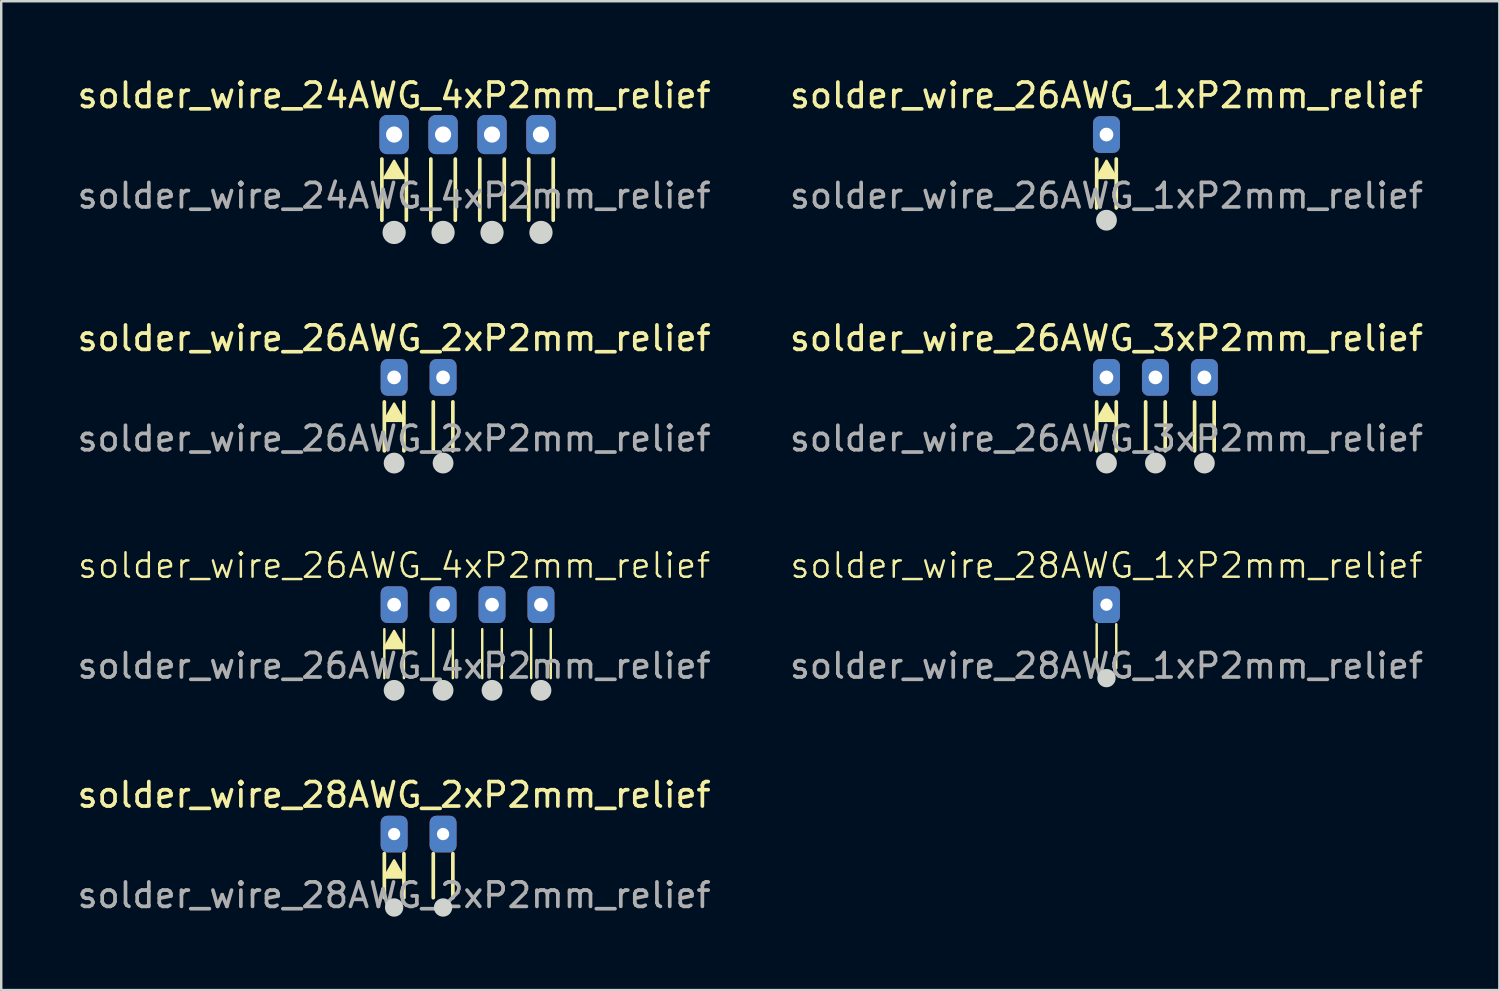
<source format=kicad_pcb>
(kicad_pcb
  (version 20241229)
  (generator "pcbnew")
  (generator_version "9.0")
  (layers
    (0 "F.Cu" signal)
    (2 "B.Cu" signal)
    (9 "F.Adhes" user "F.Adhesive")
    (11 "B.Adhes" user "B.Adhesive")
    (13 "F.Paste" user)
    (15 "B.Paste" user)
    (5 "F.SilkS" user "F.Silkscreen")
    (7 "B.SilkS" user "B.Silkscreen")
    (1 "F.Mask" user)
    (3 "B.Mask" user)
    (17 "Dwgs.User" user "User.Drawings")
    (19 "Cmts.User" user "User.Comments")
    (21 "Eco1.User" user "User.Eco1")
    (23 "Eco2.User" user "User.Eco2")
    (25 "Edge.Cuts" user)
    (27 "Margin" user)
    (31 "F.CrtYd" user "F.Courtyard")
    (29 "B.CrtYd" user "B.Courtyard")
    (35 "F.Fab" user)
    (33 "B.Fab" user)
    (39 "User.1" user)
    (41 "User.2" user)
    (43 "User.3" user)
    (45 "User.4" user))
  (footprint "solder_wire_28AWG_1xP2mm_relief"
    (layer "F.Cu")
    (at 42.161 21.657)
    (property "Reference" "solder_wire_28AWG_1xP2mm_relief" (at 0 -1.6 0) (unlocked yes) (layer "F.SilkS") (effects (font (size 1 1) (thickness 0.1))))
    (attr through_hole)
    (fp_line (start -0.4 0.8) (end -0.4 2.6) (stroke (width 0.1) (type default)) (layer "F.SilkS"))
    (fp_line (start 0.4 0.8) (end 0.4 2.6) (stroke (width 0.1) (type default)) (layer "F.SilkS"))
    (fp_circle (center 0 3) (end 0.35 3) (stroke (width 0.05) (type solid)) (fill yes) (layer "Edge.Cuts"))
    (fp_text user "${REFERENCE}" (at 0 2.5 0) (unlocked yes) (layer "F.Fab") (effects (font (size 1 1) (thickness 0.15))))
    (pad "1" thru_hole roundrect (at 0 0) (size 1.1 1.5) (drill 0.5) (layers "*.Cu" "*.Mask") (roundrect_rratio 0.25)))
  (footprint "solder_wire_26AWG_3xP2mm_relief"
    (layer "F.Cu")
    (at 42.161 12.371)
    (property "Reference" "solder_wire_26AWG_3xP2mm_relief" (at 0 -1.6 0) (unlocked yes) (layer "F.SilkS") (effects (font (size 1 1) (thickness 0.15))))
    (attr through_hole)
    (fp_line (start -0.4 1) (end -0.4 3) (stroke (width 0.15) (type default)) (layer "F.SilkS"))
    (fp_line (start 0.4 1) (end 0.4 3) (stroke (width 0.15) (type default)) (layer "F.SilkS"))
    (fp_line (start 1.6 1) (end 1.6 3) (stroke (width 0.15) (type default)) (layer "F.SilkS"))
    (fp_line (start 2.4 1) (end 2.4 3) (stroke (width 0.15) (type default)) (layer "F.SilkS"))
    (fp_line (start 3.6 1) (end 3.6 3) (stroke (width 0.15) (type default)) (layer "F.SilkS"))
    (fp_line (start 4.4 1) (end 4.4 3) (stroke (width 0.15) (type default)) (layer "F.SilkS"))
    (fp_poly (pts (xy -0.4 1.774) (xy 0.4 1.774) (xy 0 1.074)) (stroke (width 0.1) (type solid)) (fill yes) (layer "F.SilkS"))
    (fp_circle (center 0 3.5) (end 0.4 3.5) (stroke (width 0.05) (type solid)) (fill yes) (layer "Edge.Cuts"))
    (fp_circle (center 2 3.5) (end 2.4 3.5) (stroke (width 0.05) (type solid)) (fill yes) (layer "Edge.Cuts"))
    (fp_circle (center 4 3.5) (end 4.4 3.5) (stroke (width 0.05) (type solid)) (fill yes) (layer "Edge.Cuts"))
    (fp_text user "${REFERENCE}" (at 0 2.5 0) (unlocked yes) (layer "F.Fab") (effects (font (size 1 1) (thickness 0.15))))
    (pad "1" thru_hole roundrect (at 0 0) (size 1.1 1.5) (drill 0.56) (layers "*.Cu" "*.Mask") (roundrect_rratio 0.25))
    (pad "2" thru_hole roundrect (at 2 0) (size 1.1 1.5) (drill 0.56) (layers "*.Cu" "*.Mask") (roundrect_rratio 0.25))
    (pad "3" thru_hole roundrect (at 4 0) (size 1.1 1.5) (drill 0.56) (layers "*.Cu" "*.Mask") (roundrect_rratio 0.25)))
  (footprint "solder_wire_26AWG_1xP2mm_relief"
    (layer "F.Cu")
    (at 42.161 2.448)
    (property "Reference" "solder_wire_26AWG_1xP2mm_relief" (at 0 -1.6 0) (unlocked yes) (layer "F.SilkS") (effects (font (size 1 1) (thickness 0.15))))
    (attr through_hole)
    (fp_line (start -0.4 1) (end -0.4 3) (stroke (width 0.15) (type default)) (layer "F.SilkS"))
    (fp_line (start 0.4 1) (end 0.4 3) (stroke (width 0.15) (type default)) (layer "F.SilkS"))
    (fp_poly (pts (xy -0.4 1.774) (xy 0.4 1.774) (xy 0 1.074)) (stroke (width 0.1) (type solid)) (fill yes) (layer "F.SilkS"))
    (fp_circle (center 0 3.5) (end 0.4 3.5) (stroke (width 0.05) (type solid)) (fill yes) (layer "Edge.Cuts"))
    (fp_text user "${REFERENCE}" (at 0 2.5 0) (unlocked yes) (layer "F.Fab") (effects (font (size 1 1) (thickness 0.15))))
    (pad "1" thru_hole roundrect (at 0 0) (size 1.1 1.5) (drill 0.56) (layers "*.Cu" "*.Mask") (roundrect_rratio 0.25)))
  (footprint "solder_wire_28AWG_2xP2mm_relief"
    (layer "F.Cu")
    (at 13.054 31.03)
    (property "Reference" "solder_wire_28AWG_2xP2mm_relief" (at 0 -1.6 0) (unlocked yes) (layer "F.SilkS") (effects (font (size 1 1) (thickness 0.15))))
    (attr through_hole)
    (fp_line (start -0.4 0.8) (end -0.4 2.6) (stroke (width 0.15) (type default)) (layer "F.SilkS"))
    (fp_line (start 0.4 0.8) (end 0.4 2.6) (stroke (width 0.15) (type default)) (layer "F.SilkS"))
    (fp_line (start 1.6 0.8) (end 1.6 2.6) (stroke (width 0.15) (type default)) (layer "F.SilkS"))
    (fp_line (start 2.4 0.8) (end 2.4 2.6) (stroke (width 0.15) (type default)) (layer "F.SilkS"))
    (fp_poly (pts (xy -0.4 1.774) (xy 0.4 1.774) (xy 0 1.074)) (stroke (width 0.1) (type solid)) (fill yes) (layer "F.SilkS"))
    (fp_circle (center 0 3) (end 0.35 3) (stroke (width 0.05) (type solid)) (fill yes) (layer "Edge.Cuts"))
    (fp_circle (center 2 3) (end 2.35 3) (stroke (width 0.05) (type solid)) (fill yes) (layer "Edge.Cuts"))
    (fp_text user "${REFERENCE}" (at 0 2.5 0) (unlocked yes) (layer "F.Fab") (effects (font (size 1 1) (thickness 0.15))))
    (pad "1" thru_hole roundrect (at 0 0) (size 1.1 1.5) (drill 0.5) (layers "*.Cu" "*.Mask") (roundrect_rratio 0.25))
    (pad "2" thru_hole roundrect (at 2 0) (size 1.1 1.5) (drill 0.5) (layers "*.Cu" "*.Mask") (roundrect_rratio 0.25)))
  (footprint "solder_wire_26AWG_4xP2mm_relief"
    (layer "F.Cu")
    (at 13.054 21.657)
    (property "Reference" "solder_wire_26AWG_4xP2mm_relief" (at 0 -1.6 0) (unlocked yes) (layer "F.SilkS") (effects (font (size 1 1) (thickness 0.1))))
    (attr through_hole)
    (fp_line (start -0.4 1) (end -0.4 3) (stroke (width 0.1) (type default)) (layer "F.SilkS"))
    (fp_line (start 0.4 1) (end 0.4 3) (stroke (width 0.1) (type default)) (layer "F.SilkS"))
    (fp_line (start 1.6 1) (end 1.6 3) (stroke (width 0.1) (type default)) (layer "F.SilkS"))
    (fp_line (start 2.4 1) (end 2.4 3) (stroke (width 0.1) (type default)) (layer "F.SilkS"))
    (fp_line (start 3.6 1) (end 3.6 3) (stroke (width 0.1) (type default)) (layer "F.SilkS"))
    (fp_line (start 4.4 1) (end 4.4 3) (stroke (width 0.1) (type default)) (layer "F.SilkS"))
    (fp_line (start 5.6 1) (end 5.6 3) (stroke (width 0.1) (type default)) (layer "F.SilkS"))
    (fp_line (start 6.4 1) (end 6.4 3) (stroke (width 0.1) (type default)) (layer "F.SilkS"))
    (fp_poly (pts (xy -0.4 1.774) (xy 0.4 1.774) (xy 0 1.074)) (stroke (width 0.1) (type solid)) (fill yes) (layer "F.SilkS"))
    (fp_circle (center 0 3.5) (end 0.4 3.5) (stroke (width 0.05) (type solid)) (fill yes) (layer "Edge.Cuts"))
    (fp_circle (center 2 3.5) (end 2.4 3.5) (stroke (width 0.05) (type solid)) (fill yes) (layer "Edge.Cuts"))
    (fp_circle (center 4 3.5) (end 4.4 3.5) (stroke (width 0.05) (type solid)) (fill yes) (layer "Edge.Cuts"))
    (fp_circle (center 6 3.5) (end 6.4 3.5) (stroke (width 0.05) (type solid)) (fill yes) (layer "Edge.Cuts"))
    (fp_text user "${REFERENCE}" (at 0 2.5 0) (unlocked yes) (layer "F.Fab") (effects (font (size 1 1) (thickness 0.15))))
    (pad "1" thru_hole roundrect (at 0 0) (size 1.1 1.5) (drill 0.56) (layers "*.Cu" "*.Mask") (roundrect_rratio 0.25))
    (pad "2" thru_hole roundrect (at 2 0) (size 1.1 1.5) (drill 0.56) (layers "*.Cu" "*.Mask") (roundrect_rratio 0.25))
    (pad "3" thru_hole roundrect (at 4 0) (size 1.1 1.5) (drill 0.56) (layers "*.Cu" "*.Mask") (roundrect_rratio 0.25))
    (pad "4" thru_hole roundrect (at 6 0) (size 1.1 1.5) (drill 0.56) (layers "*.Cu" "*.Mask") (roundrect_rratio 0.25)))
  (footprint "solder_wire_24AWG_4xP2mm_relief"
    (layer "F.Cu")
    (at 13.054 2.448)
    (property "Reference" "solder_wire_24AWG_4xP2mm_relief" (at 0 -1.6 0) (unlocked yes) (layer "F.SilkS") (effects (font (size 1 1) (thickness 0.15))))
    (attr through_hole)
    (fp_line (start -0.5 1) (end -0.5 3.5) (stroke (width 0.15) (type default)) (layer "F.SilkS"))
    (fp_line (start 0.5 1) (end 0.5 3.5) (stroke (width 0.15) (type default)) (layer "F.SilkS"))
    (fp_line (start 1.5 1) (end 1.5 3.5) (stroke (width 0.15) (type default)) (layer "F.SilkS"))
    (fp_line (start 2.5 1) (end 2.5 3.5) (stroke (width 0.15) (type default)) (layer "F.SilkS"))
    (fp_line (start 3.5 1) (end 3.5 3.5) (stroke (width 0.15) (type default)) (layer "F.SilkS"))
    (fp_line (start 4.5 1) (end 4.5 3.5) (stroke (width 0.15) (type default)) (layer "F.SilkS"))
    (fp_line (start 5.5 1) (end 5.5 3.5) (stroke (width 0.15) (type default)) (layer "F.SilkS"))
    (fp_line (start 6.5 1) (end 6.5 3.5) (stroke (width 0.15) (type default)) (layer "F.SilkS"))
    (fp_poly (pts (xy -0.4 1.774) (xy 0.4 1.774) (xy 0 1.074)) (stroke (width 0.1) (type solid)) (fill yes) (layer "F.SilkS"))
    (fp_circle (center 0 4) (end 0.45 4) (stroke (width 0.05) (type solid)) (fill yes) (layer "Edge.Cuts"))
    (fp_circle (center 2 4) (end 2.45 4) (stroke (width 0.05) (type solid)) (fill yes) (layer "Edge.Cuts"))
    (fp_circle (center 4 4) (end 4.45 4) (stroke (width 0.05) (type solid)) (fill yes) (layer "Edge.Cuts"))
    (fp_circle (center 6 4) (end 6.45 4) (stroke (width 0.05) (type solid)) (fill yes) (layer "Edge.Cuts"))
    (fp_text user "${REFERENCE}" (at 0 2.5 0) (unlocked yes) (layer "F.Fab") (effects (font (size 1 1) (thickness 0.15))))
    (pad "1" thru_hole roundrect (at 0 0) (size 1.2 1.6) (drill 0.66) (layers "*.Cu" "*.Mask") (roundrect_rratio 0.25))
    (pad "2" thru_hole roundrect (at 2 0) (size 1.2 1.6) (drill 0.66) (layers "*.Cu" "*.Mask") (roundrect_rratio 0.25))
    (pad "3" thru_hole roundrect (at 4 0) (size 1.2 1.6) (drill 0.66) (layers "*.Cu" "*.Mask") (roundrect_rratio 0.25))
    (pad "4" thru_hole roundrect (at 6 0) (size 1.2 1.6) (drill 0.66) (layers "*.Cu" "*.Mask") (roundrect_rratio 0.25)))
  (footprint "solder_wire_26AWG_2xP2mm_relief"
    (layer "F.Cu")
    (at 13.054 12.371)
    (property "Reference" "solder_wire_26AWG_2xP2mm_relief" (at 0 -1.6 0) (unlocked yes) (layer "F.SilkS") (effects (font (size 1 1) (thickness 0.15))))
    (attr through_hole)
    (fp_line (start -0.4 1) (end -0.4 3) (stroke (width 0.15) (type default)) (layer "F.SilkS"))
    (fp_line (start 0.4 1) (end 0.4 3) (stroke (width 0.15) (type default)) (layer "F.SilkS"))
    (fp_line (start 1.6 1) (end 1.6 3) (stroke (width 0.15) (type default)) (layer "F.SilkS"))
    (fp_line (start 2.4 1) (end 2.4 3) (stroke (width 0.15) (type default)) (layer "F.SilkS"))
    (fp_poly (pts (xy -0.4 1.774) (xy 0.4 1.774) (xy 0 1.074)) (stroke (width 0.1) (type solid)) (fill yes) (layer "F.SilkS"))
    (fp_circle (center 0 3.5) (end 0.4 3.5) (stroke (width 0.05) (type solid)) (fill yes) (layer "Edge.Cuts"))
    (fp_circle (center 2 3.5) (end 2.4 3.5) (stroke (width 0.05) (type solid)) (fill yes) (layer "Edge.Cuts"))
    (fp_text user "${REFERENCE}" (at 0 2.5 0) (unlocked yes) (layer "F.Fab") (effects (font (size 1 1) (thickness 0.15))))
    (pad "1" thru_hole roundrect (at 0 0) (size 1.1 1.5) (drill 0.56) (layers "*.Cu" "*.Mask") (roundrect_rratio 0.25))
    (pad "2" thru_hole roundrect (at 2 0) (size 1.1 1.5) (drill 0.56) (layers "*.Cu" "*.Mask") (roundrect_rratio 0.25)))
  (gr_rect
    (start -3 -3)
    (end 58.214 37.405)
    (stroke (width 0.1) (type default))
    (fill no)
    (layer "Edge.Cuts")))
</source>
